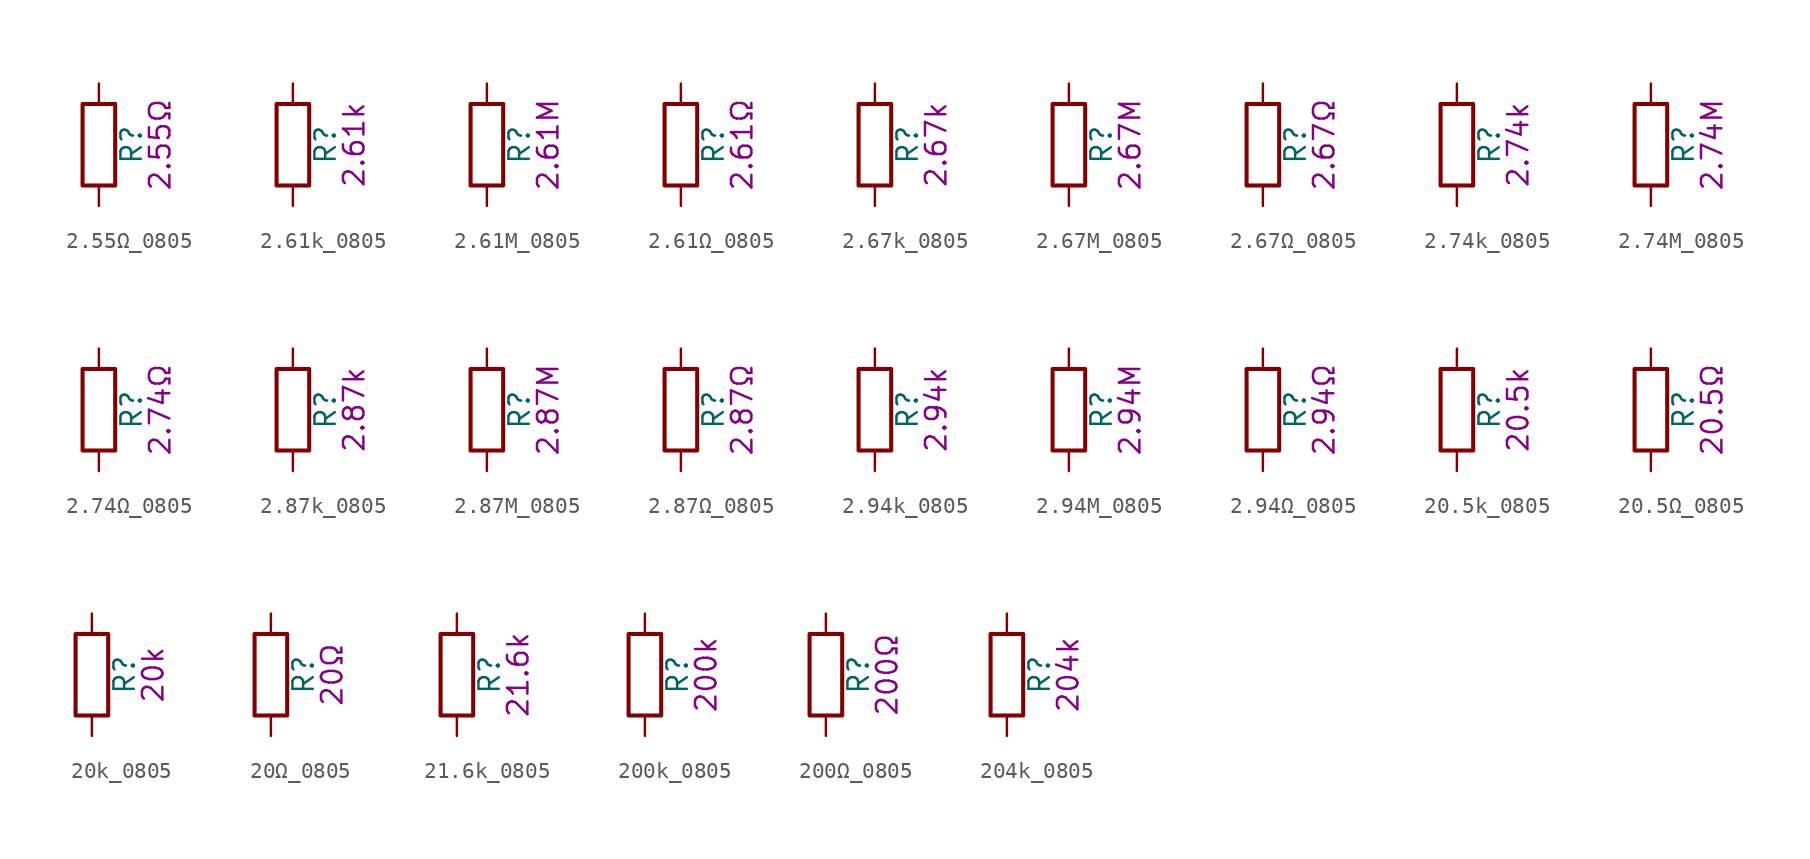
<source format=kicad_sym>
(kicad_symbol_lib
  (version 20211014)
  (generator kicad_symbol_editor)
  (symbol "2.55Ω_0805"
    (pin_numbers hide)
    (pin_names
      (offset 0))
    (property "Reference" "R"
      (at 2.032 0 90)
      (effects (font (size 1.27 1.27))))
    (property "Display" "2.55Ω"
      (at 3.81 0 90)
      (effects (font (size 1.27 1.27))))
    (symbol "2.55Ω_0805_0_1"
      (rectangle (start -1.016 -2.54) (end 1.016 2.54) (stroke (width 0.254) (type default) (color 0 0 0 0)) (fill (type none))))
    (symbol "2.55Ω_0805_1_1"
      (pin passive line (at 0 3.81 270) (length 1.27) (name "~" (effects (font (size 1.27 1.27)))) (number "1" (effects (font (size 1.27 1.27)))))
      (pin passive line (at 0 -3.81 90) (length 1.27) (name "~" (effects (font (size 1.27 1.27)))) (number "2" (effects (font (size 1.27 1.27)))))))
  (symbol "2.61k_0805"
    (pin_numbers hide)
    (pin_names
      (offset 0))
    (property "Reference" "R"
      (at 2.032 0 90)
      (effects (font (size 1.27 1.27))))
    (property "Display" "2.61k"
      (at 3.81 0 90)
      (effects (font (size 1.27 1.27))))
    (symbol "2.61k_0805_0_1"
      (rectangle (start -1.016 -2.54) (end 1.016 2.54) (stroke (width 0.254) (type default) (color 0 0 0 0)) (fill (type none))))
    (symbol "2.61k_0805_1_1"
      (pin passive line (at 0 3.81 270) (length 1.27) (name "~" (effects (font (size 1.27 1.27)))) (number "1" (effects (font (size 1.27 1.27)))))
      (pin passive line (at 0 -3.81 90) (length 1.27) (name "~" (effects (font (size 1.27 1.27)))) (number "2" (effects (font (size 1.27 1.27)))))))
  (symbol "2.61M_0805"
    (pin_numbers hide)
    (pin_names
      (offset 0))
    (property "Reference" "R"
      (at 2.032 0 90)
      (effects (font (size 1.27 1.27))))
    (property "Display" "2.61M"
      (at 3.81 0 90)
      (effects (font (size 1.27 1.27))))
    (symbol "2.61M_0805_0_1"
      (rectangle (start -1.016 -2.54) (end 1.016 2.54) (stroke (width 0.254) (type default) (color 0 0 0 0)) (fill (type none))))
    (symbol "2.61M_0805_1_1"
      (pin passive line (at 0 3.81 270) (length 1.27) (name "~" (effects (font (size 1.27 1.27)))) (number "1" (effects (font (size 1.27 1.27)))))
      (pin passive line (at 0 -3.81 90) (length 1.27) (name "~" (effects (font (size 1.27 1.27)))) (number "2" (effects (font (size 1.27 1.27)))))))
  (symbol "2.61Ω_0805"
    (pin_numbers hide)
    (pin_names
      (offset 0))
    (property "Reference" "R"
      (at 2.032 0 90)
      (effects (font (size 1.27 1.27))))
    (property "Display" "2.61Ω"
      (at 3.81 0 90)
      (effects (font (size 1.27 1.27))))
    (symbol "2.61Ω_0805_0_1"
      (rectangle (start -1.016 -2.54) (end 1.016 2.54) (stroke (width 0.254) (type default) (color 0 0 0 0)) (fill (type none))))
    (symbol "2.61Ω_0805_1_1"
      (pin passive line (at 0 3.81 270) (length 1.27) (name "~" (effects (font (size 1.27 1.27)))) (number "1" (effects (font (size 1.27 1.27)))))
      (pin passive line (at 0 -3.81 90) (length 1.27) (name "~" (effects (font (size 1.27 1.27)))) (number "2" (effects (font (size 1.27 1.27)))))))
  (symbol "2.67k_0805"
    (pin_numbers hide)
    (pin_names
      (offset 0))
    (property "Reference" "R"
      (at 2.032 0 90)
      (effects (font (size 1.27 1.27))))
    (property "Display" "2.67k"
      (at 3.81 0 90)
      (effects (font (size 1.27 1.27))))
    (symbol "2.67k_0805_0_1"
      (rectangle (start -1.016 -2.54) (end 1.016 2.54) (stroke (width 0.254) (type default) (color 0 0 0 0)) (fill (type none))))
    (symbol "2.67k_0805_1_1"
      (pin passive line (at 0 3.81 270) (length 1.27) (name "~" (effects (font (size 1.27 1.27)))) (number "1" (effects (font (size 1.27 1.27)))))
      (pin passive line (at 0 -3.81 90) (length 1.27) (name "~" (effects (font (size 1.27 1.27)))) (number "2" (effects (font (size 1.27 1.27)))))))
  (symbol "2.67M_0805"
    (pin_numbers hide)
    (pin_names
      (offset 0))
    (property "Reference" "R"
      (at 2.032 0 90)
      (effects (font (size 1.27 1.27))))
    (property "Display" "2.67M"
      (at 3.81 0 90)
      (effects (font (size 1.27 1.27))))
    (symbol "2.67M_0805_0_1"
      (rectangle (start -1.016 -2.54) (end 1.016 2.54) (stroke (width 0.254) (type default) (color 0 0 0 0)) (fill (type none))))
    (symbol "2.67M_0805_1_1"
      (pin passive line (at 0 3.81 270) (length 1.27) (name "~" (effects (font (size 1.27 1.27)))) (number "1" (effects (font (size 1.27 1.27)))))
      (pin passive line (at 0 -3.81 90) (length 1.27) (name "~" (effects (font (size 1.27 1.27)))) (number "2" (effects (font (size 1.27 1.27)))))))
  (symbol "2.67Ω_0805"
    (pin_numbers hide)
    (pin_names
      (offset 0))
    (property "Reference" "R"
      (at 2.032 0 90)
      (effects (font (size 1.27 1.27))))
    (property "Display" "2.67Ω"
      (at 3.81 0 90)
      (effects (font (size 1.27 1.27))))
    (symbol "2.67Ω_0805_0_1"
      (rectangle (start -1.016 -2.54) (end 1.016 2.54) (stroke (width 0.254) (type default) (color 0 0 0 0)) (fill (type none))))
    (symbol "2.67Ω_0805_1_1"
      (pin passive line (at 0 3.81 270) (length 1.27) (name "~" (effects (font (size 1.27 1.27)))) (number "1" (effects (font (size 1.27 1.27)))))
      (pin passive line (at 0 -3.81 90) (length 1.27) (name "~" (effects (font (size 1.27 1.27)))) (number "2" (effects (font (size 1.27 1.27)))))))
  (symbol "2.74k_0805"
    (pin_numbers hide)
    (pin_names
      (offset 0))
    (property "Reference" "R"
      (at 2.032 0 90)
      (effects (font (size 1.27 1.27))))
    (property "Display" "2.74k"
      (at 3.81 0 90)
      (effects (font (size 1.27 1.27))))
    (symbol "2.74k_0805_0_1"
      (rectangle (start -1.016 -2.54) (end 1.016 2.54) (stroke (width 0.254) (type default) (color 0 0 0 0)) (fill (type none))))
    (symbol "2.74k_0805_1_1"
      (pin passive line (at 0 3.81 270) (length 1.27) (name "~" (effects (font (size 1.27 1.27)))) (number "1" (effects (font (size 1.27 1.27)))))
      (pin passive line (at 0 -3.81 90) (length 1.27) (name "~" (effects (font (size 1.27 1.27)))) (number "2" (effects (font (size 1.27 1.27)))))))
  (symbol "2.74M_0805"
    (pin_numbers hide)
    (pin_names
      (offset 0))
    (property "Reference" "R"
      (at 2.032 0 90)
      (effects (font (size 1.27 1.27))))
    (property "Display" "2.74M"
      (at 3.81 0 90)
      (effects (font (size 1.27 1.27))))
    (symbol "2.74M_0805_0_1"
      (rectangle (start -1.016 -2.54) (end 1.016 2.54) (stroke (width 0.254) (type default) (color 0 0 0 0)) (fill (type none))))
    (symbol "2.74M_0805_1_1"
      (pin passive line (at 0 3.81 270) (length 1.27) (name "~" (effects (font (size 1.27 1.27)))) (number "1" (effects (font (size 1.27 1.27)))))
      (pin passive line (at 0 -3.81 90) (length 1.27) (name "~" (effects (font (size 1.27 1.27)))) (number "2" (effects (font (size 1.27 1.27)))))))
  (symbol "2.74Ω_0805"
    (pin_numbers hide)
    (pin_names
      (offset 0))
    (property "Reference" "R"
      (at 2.032 0 90)
      (effects (font (size 1.27 1.27))))
    (property "Display" "2.74Ω"
      (at 3.81 0 90)
      (effects (font (size 1.27 1.27))))
    (symbol "2.74Ω_0805_0_1"
      (rectangle (start -1.016 -2.54) (end 1.016 2.54) (stroke (width 0.254) (type default) (color 0 0 0 0)) (fill (type none))))
    (symbol "2.74Ω_0805_1_1"
      (pin passive line (at 0 3.81 270) (length 1.27) (name "~" (effects (font (size 1.27 1.27)))) (number "1" (effects (font (size 1.27 1.27)))))
      (pin passive line (at 0 -3.81 90) (length 1.27) (name "~" (effects (font (size 1.27 1.27)))) (number "2" (effects (font (size 1.27 1.27)))))))
  (symbol "2.87k_0805"
    (pin_numbers hide)
    (pin_names
      (offset 0))
    (property "Reference" "R"
      (at 2.032 0 90)
      (effects (font (size 1.27 1.27))))
    (property "Display" "2.87k"
      (at 3.81 0 90)
      (effects (font (size 1.27 1.27))))
    (symbol "2.87k_0805_0_1"
      (rectangle (start -1.016 -2.54) (end 1.016 2.54) (stroke (width 0.254) (type default) (color 0 0 0 0)) (fill (type none))))
    (symbol "2.87k_0805_1_1"
      (pin passive line (at 0 3.81 270) (length 1.27) (name "~" (effects (font (size 1.27 1.27)))) (number "1" (effects (font (size 1.27 1.27)))))
      (pin passive line (at 0 -3.81 90) (length 1.27) (name "~" (effects (font (size 1.27 1.27)))) (number "2" (effects (font (size 1.27 1.27)))))))
  (symbol "2.87M_0805"
    (pin_numbers hide)
    (pin_names
      (offset 0))
    (property "Reference" "R"
      (at 2.032 0 90)
      (effects (font (size 1.27 1.27))))
    (property "Display" "2.87M"
      (at 3.81 0 90)
      (effects (font (size 1.27 1.27))))
    (symbol "2.87M_0805_0_1"
      (rectangle (start -1.016 -2.54) (end 1.016 2.54) (stroke (width 0.254) (type default) (color 0 0 0 0)) (fill (type none))))
    (symbol "2.87M_0805_1_1"
      (pin passive line (at 0 3.81 270) (length 1.27) (name "~" (effects (font (size 1.27 1.27)))) (number "1" (effects (font (size 1.27 1.27)))))
      (pin passive line (at 0 -3.81 90) (length 1.27) (name "~" (effects (font (size 1.27 1.27)))) (number "2" (effects (font (size 1.27 1.27)))))))
  (symbol "2.87Ω_0805"
    (pin_numbers hide)
    (pin_names
      (offset 0))
    (property "Reference" "R"
      (at 2.032 0 90)
      (effects (font (size 1.27 1.27))))
    (property "Display" "2.87Ω"
      (at 3.81 0 90)
      (effects (font (size 1.27 1.27))))
    (symbol "2.87Ω_0805_0_1"
      (rectangle (start -1.016 -2.54) (end 1.016 2.54) (stroke (width 0.254) (type default) (color 0 0 0 0)) (fill (type none))))
    (symbol "2.87Ω_0805_1_1"
      (pin passive line (at 0 3.81 270) (length 1.27) (name "~" (effects (font (size 1.27 1.27)))) (number "1" (effects (font (size 1.27 1.27)))))
      (pin passive line (at 0 -3.81 90) (length 1.27) (name "~" (effects (font (size 1.27 1.27)))) (number "2" (effects (font (size 1.27 1.27)))))))
  (symbol "2.94k_0805"
    (pin_numbers hide)
    (pin_names
      (offset 0))
    (property "Reference" "R"
      (at 2.032 0 90)
      (effects (font (size 1.27 1.27))))
    (property "Display" "2.94k"
      (at 3.81 0 90)
      (effects (font (size 1.27 1.27))))
    (symbol "2.94k_0805_0_1"
      (rectangle (start -1.016 -2.54) (end 1.016 2.54) (stroke (width 0.254) (type default) (color 0 0 0 0)) (fill (type none))))
    (symbol "2.94k_0805_1_1"
      (pin passive line (at 0 3.81 270) (length 1.27) (name "~" (effects (font (size 1.27 1.27)))) (number "1" (effects (font (size 1.27 1.27)))))
      (pin passive line (at 0 -3.81 90) (length 1.27) (name "~" (effects (font (size 1.27 1.27)))) (number "2" (effects (font (size 1.27 1.27)))))))
  (symbol "2.94M_0805"
    (pin_numbers hide)
    (pin_names
      (offset 0))
    (property "Reference" "R"
      (at 2.032 0 90)
      (effects (font (size 1.27 1.27))))
    (property "Display" "2.94M"
      (at 3.81 0 90)
      (effects (font (size 1.27 1.27))))
    (symbol "2.94M_0805_0_1"
      (rectangle (start -1.016 -2.54) (end 1.016 2.54) (stroke (width 0.254) (type default) (color 0 0 0 0)) (fill (type none))))
    (symbol "2.94M_0805_1_1"
      (pin passive line (at 0 3.81 270) (length 1.27) (name "~" (effects (font (size 1.27 1.27)))) (number "1" (effects (font (size 1.27 1.27)))))
      (pin passive line (at 0 -3.81 90) (length 1.27) (name "~" (effects (font (size 1.27 1.27)))) (number "2" (effects (font (size 1.27 1.27)))))))
  (symbol "2.94Ω_0805"
    (pin_numbers hide)
    (pin_names
      (offset 0))
    (property "Reference" "R"
      (at 2.032 0 90)
      (effects (font (size 1.27 1.27))))
    (property "Display" "2.94Ω"
      (at 3.81 0 90)
      (effects (font (size 1.27 1.27))))
    (symbol "2.94Ω_0805_0_1"
      (rectangle (start -1.016 -2.54) (end 1.016 2.54) (stroke (width 0.254) (type default) (color 0 0 0 0)) (fill (type none))))
    (symbol "2.94Ω_0805_1_1"
      (pin passive line (at 0 3.81 270) (length 1.27) (name "~" (effects (font (size 1.27 1.27)))) (number "1" (effects (font (size 1.27 1.27)))))
      (pin passive line (at 0 -3.81 90) (length 1.27) (name "~" (effects (font (size 1.27 1.27)))) (number "2" (effects (font (size 1.27 1.27)))))))
  (symbol "20.5k_0805"
    (pin_numbers hide)
    (pin_names
      (offset 0))
    (property "Reference" "R"
      (at 2.032 0 90)
      (effects (font (size 1.27 1.27))))
    (property "Display" "20.5k"
      (at 3.81 0 90)
      (effects (font (size 1.27 1.27))))
    (symbol "20.5k_0805_0_1"
      (rectangle (start -1.016 -2.54) (end 1.016 2.54) (stroke (width 0.254) (type default) (color 0 0 0 0)) (fill (type none))))
    (symbol "20.5k_0805_1_1"
      (pin passive line (at 0 3.81 270) (length 1.27) (name "~" (effects (font (size 1.27 1.27)))) (number "1" (effects (font (size 1.27 1.27)))))
      (pin passive line (at 0 -3.81 90) (length 1.27) (name "~" (effects (font (size 1.27 1.27)))) (number "2" (effects (font (size 1.27 1.27)))))))
  (symbol "20.5Ω_0805"
    (pin_numbers hide)
    (pin_names
      (offset 0))
    (property "Reference" "R"
      (at 2.032 0 90)
      (effects (font (size 1.27 1.27))))
    (property "Display" "20.5Ω"
      (at 3.81 0 90)
      (effects (font (size 1.27 1.27))))
    (symbol "20.5Ω_0805_0_1"
      (rectangle (start -1.016 -2.54) (end 1.016 2.54) (stroke (width 0.254) (type default) (color 0 0 0 0)) (fill (type none))))
    (symbol "20.5Ω_0805_1_1"
      (pin passive line (at 0 3.81 270) (length 1.27) (name "~" (effects (font (size 1.27 1.27)))) (number "1" (effects (font (size 1.27 1.27)))))
      (pin passive line (at 0 -3.81 90) (length 1.27) (name "~" (effects (font (size 1.27 1.27)))) (number "2" (effects (font (size 1.27 1.27)))))))
  (symbol "20k_0805"
    (pin_numbers hide)
    (pin_names
      (offset 0))
    (property "Reference" "R"
      (at 2.032 0 90)
      (effects (font (size 1.27 1.27))))
    (property "Display" "20k"
      (at 3.81 0 90)
      (effects (font (size 1.27 1.27))))
    (symbol "20k_0805_0_1"
      (rectangle (start -1.016 -2.54) (end 1.016 2.54) (stroke (width 0.254) (type default) (color 0 0 0 0)) (fill (type none))))
    (symbol "20k_0805_1_1"
      (pin passive line (at 0 3.81 270) (length 1.27) (name "~" (effects (font (size 1.27 1.27)))) (number "1" (effects (font (size 1.27 1.27)))))
      (pin passive line (at 0 -3.81 90) (length 1.27) (name "~" (effects (font (size 1.27 1.27)))) (number "2" (effects (font (size 1.27 1.27)))))))
  (symbol "20Ω_0805"
    (pin_numbers hide)
    (pin_names
      (offset 0))
    (property "Reference" "R"
      (at 2.032 0 90)
      (effects (font (size 1.27 1.27))))
    (property "Display" "20Ω"
      (at 3.81 0 90)
      (effects (font (size 1.27 1.27))))
    (symbol "20Ω_0805_0_1"
      (rectangle (start -1.016 -2.54) (end 1.016 2.54) (stroke (width 0.254) (type default) (color 0 0 0 0)) (fill (type none))))
    (symbol "20Ω_0805_1_1"
      (pin passive line (at 0 3.81 270) (length 1.27) (name "~" (effects (font (size 1.27 1.27)))) (number "1" (effects (font (size 1.27 1.27)))))
      (pin passive line (at 0 -3.81 90) (length 1.27) (name "~" (effects (font (size 1.27 1.27)))) (number "2" (effects (font (size 1.27 1.27)))))))
  (symbol "21.6k_0805"
    (pin_numbers hide)
    (pin_names
      (offset 0))
    (property "Reference" "R"
      (at 2.032 0 90)
      (effects (font (size 1.27 1.27))))
    (property "Display" "21.6k"
      (at 3.81 0 90)
      (effects (font (size 1.27 1.27))))
    (symbol "21.6k_0805_0_1"
      (rectangle (start -1.016 -2.54) (end 1.016 2.54) (stroke (width 0.254) (type default) (color 0 0 0 0)) (fill (type none))))
    (symbol "21.6k_0805_1_1"
      (pin passive line (at 0 3.81 270) (length 1.27) (name "~" (effects (font (size 1.27 1.27)))) (number "1" (effects (font (size 1.27 1.27)))))
      (pin passive line (at 0 -3.81 90) (length 1.27) (name "~" (effects (font (size 1.27 1.27)))) (number "2" (effects (font (size 1.27 1.27)))))))
  (symbol "200k_0805"
    (pin_numbers hide)
    (pin_names
      (offset 0))
    (property "Reference" "R"
      (at 2.032 0 90)
      (effects (font (size 1.27 1.27))))
    (property "Display" "200k"
      (at 3.81 0 90)
      (effects (font (size 1.27 1.27))))
    (symbol "200k_0805_0_1"
      (rectangle (start -1.016 -2.54) (end 1.016 2.54) (stroke (width 0.254) (type default) (color 0 0 0 0)) (fill (type none))))
    (symbol "200k_0805_1_1"
      (pin passive line (at 0 3.81 270) (length 1.27) (name "~" (effects (font (size 1.27 1.27)))) (number "1" (effects (font (size 1.27 1.27)))))
      (pin passive line (at 0 -3.81 90) (length 1.27) (name "~" (effects (font (size 1.27 1.27)))) (number "2" (effects (font (size 1.27 1.27)))))))
  (symbol "200Ω_0805"
    (pin_numbers hide)
    (pin_names
      (offset 0))
    (property "Reference" "R"
      (at 2.032 0 90)
      (effects (font (size 1.27 1.27))))
    (property "Display" "200Ω"
      (at 3.81 0 90)
      (effects (font (size 1.27 1.27))))
    (symbol "200Ω_0805_0_1"
      (rectangle (start -1.016 -2.54) (end 1.016 2.54) (stroke (width 0.254) (type default) (color 0 0 0 0)) (fill (type none))))
    (symbol "200Ω_0805_1_1"
      (pin passive line (at 0 3.81 270) (length 1.27) (name "~" (effects (font (size 1.27 1.27)))) (number "1" (effects (font (size 1.27 1.27)))))
      (pin passive line (at 0 -3.81 90) (length 1.27) (name "~" (effects (font (size 1.27 1.27)))) (number "2" (effects (font (size 1.27 1.27)))))))
  (symbol "204k_0805"
    (pin_numbers hide)
    (pin_names
      (offset 0))
    (property "Reference" "R"
      (at 2.032 0 90)
      (effects (font (size 1.27 1.27))))
    (property "Display" "204k"
      (at 3.81 0 90)
      (effects (font (size 1.27 1.27))))
    (symbol "204k_0805_0_1"
      (rectangle (start -1.016 -2.54) (end 1.016 2.54) (stroke (width 0.254) (type default) (color 0 0 0 0)) (fill (type none))))
    (symbol "204k_0805_1_1"
      (pin passive line (at 0 3.81 270) (length 1.27) (name "~" (effects (font (size 1.27 1.27)))) (number "1" (effects (font (size 1.27 1.27)))))
      (pin passive line (at 0 -3.81 90) (length 1.27) (name "~" (effects (font (size 1.27 1.27)))) (number "2" (effects (font (size 1.27 1.27))))))))
</source>
